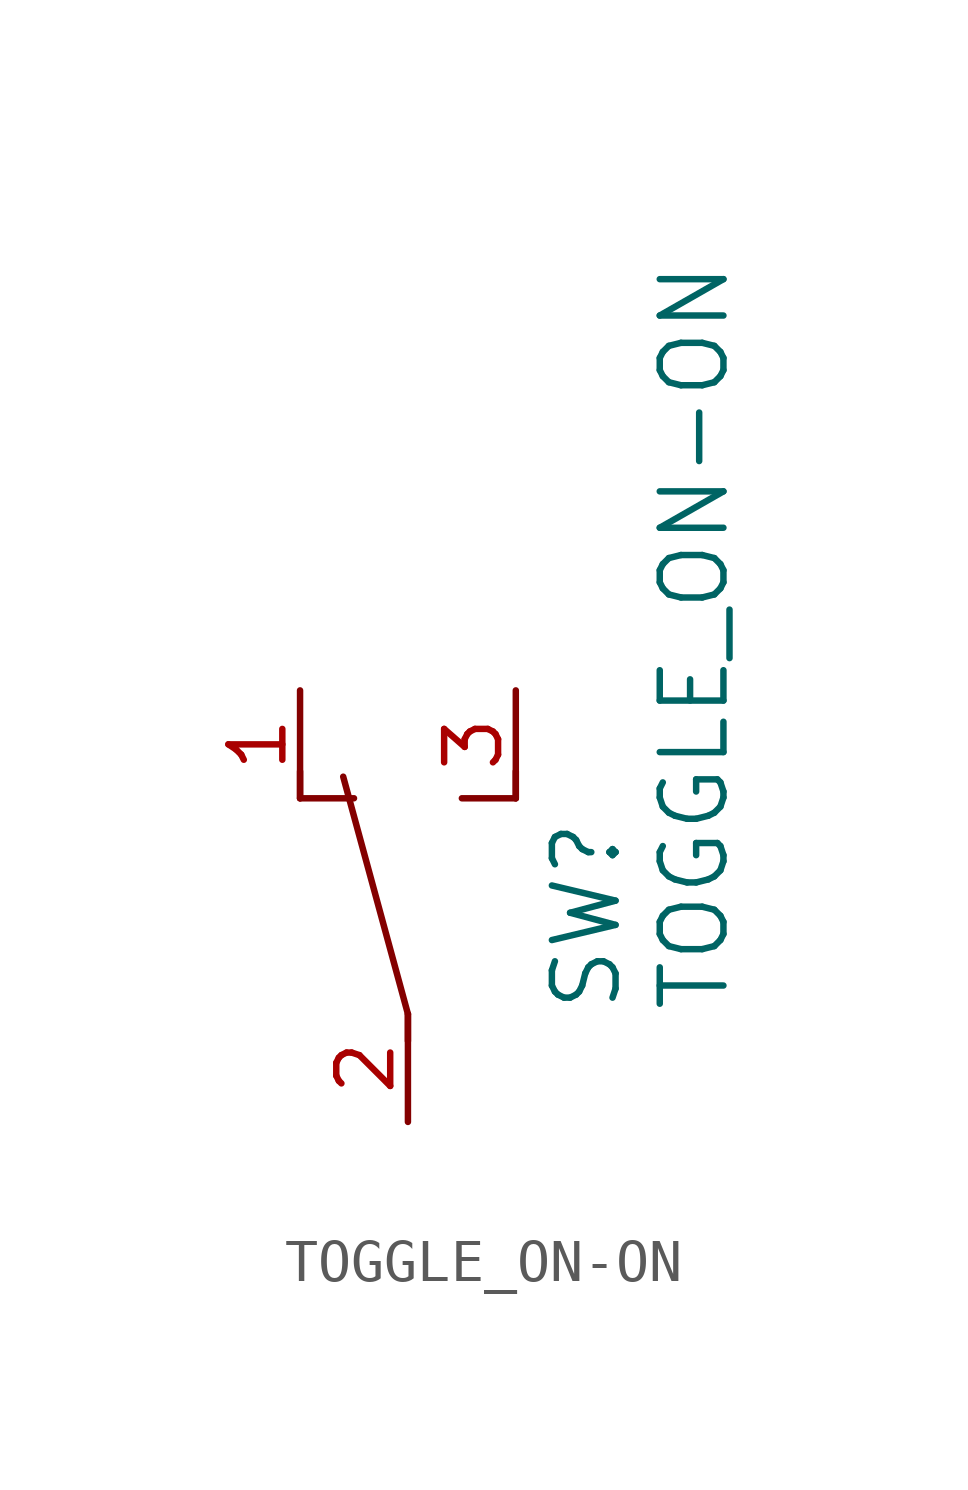
<source format=kicad_sym>
(kicad_symbol_lib
  (version 20231120)
  (generator "kicad_symbol_editor")
  (generator_version "8.0")
  (symbol "TOGGLE_ON-ON"
    (pin_names
      (offset 1.016))
    (property "Reference" "SW"
      (at 5.08 -2.54 90)
      (effects (font (size 1.499 1.499)) (justify left bottom)))
    (property "Value" "TOGGLE_ON-ON"
      (at 7.62 -2.54 90)
      (effects (font (size 1.499 1.499)) (justify left bottom)))
    (property "ki_locked" ""
      (at 0 0 0)
      (effects (font (size 1.27 1.27))))
    (symbol "TOGGLE_ON-ON_1_0"
      (polyline (pts (xy -2.54 2.54) (xy -2.54 3.175)) (stroke (width 0) (type solid)) (fill (type none)))
      (polyline (pts (xy -2.54 2.54) (xy -1.27 2.54)) (stroke (width 0) (type solid)) (fill (type none)))
      (polyline (pts (xy 0 -3.175) (xy 0 -2.54)) (stroke (width 0) (type solid)) (fill (type none)))
      (polyline (pts (xy 0 -2.54) (xy -1.524 3.048)) (stroke (width 0) (type solid)) (fill (type none)))
      (polyline (pts (xy 1.27 2.54) (xy 2.54 2.54)) (stroke (width 0) (type solid)) (fill (type none)))
      (polyline (pts (xy 2.54 2.54) (xy 2.54 3.175)) (stroke (width 0) (type solid)) (fill (type none)))
      (pin passive line (at -2.54 5.08 270) (length 2.54) (name "O" (effects (font (size 0 0)))) (number "1" (effects (font (size 1.27 1.27)))))
      (pin passive line (at 0 -5.08 90) (length 2.54) (name "P" (effects (font (size 0 0)))) (number "2" (effects (font (size 1.27 1.27)))))
      (pin passive line (at 2.54 5.08 270) (length 2.54) (name "S" (effects (font (size 0 0)))) (number "3" (effects (font (size 1.27 1.27))))))))
</source>
